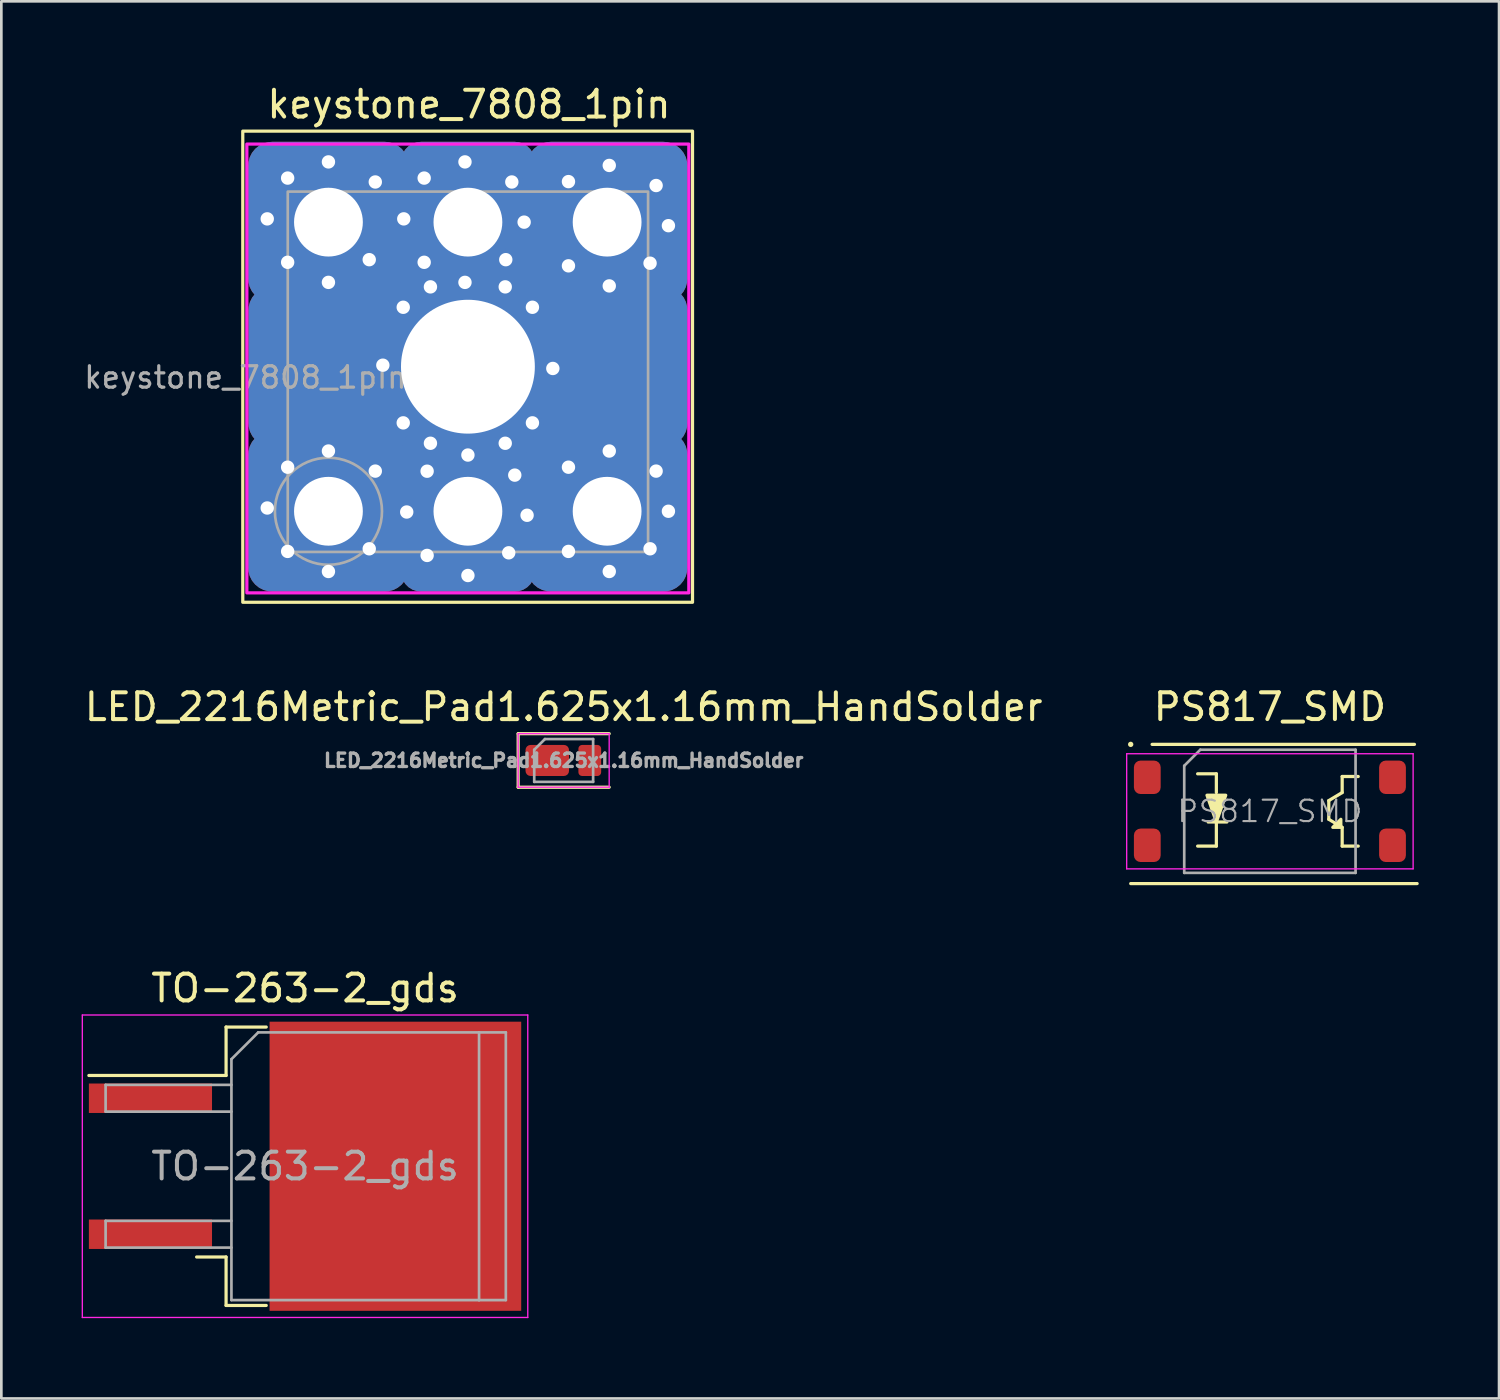
<source format=kicad_pcb>
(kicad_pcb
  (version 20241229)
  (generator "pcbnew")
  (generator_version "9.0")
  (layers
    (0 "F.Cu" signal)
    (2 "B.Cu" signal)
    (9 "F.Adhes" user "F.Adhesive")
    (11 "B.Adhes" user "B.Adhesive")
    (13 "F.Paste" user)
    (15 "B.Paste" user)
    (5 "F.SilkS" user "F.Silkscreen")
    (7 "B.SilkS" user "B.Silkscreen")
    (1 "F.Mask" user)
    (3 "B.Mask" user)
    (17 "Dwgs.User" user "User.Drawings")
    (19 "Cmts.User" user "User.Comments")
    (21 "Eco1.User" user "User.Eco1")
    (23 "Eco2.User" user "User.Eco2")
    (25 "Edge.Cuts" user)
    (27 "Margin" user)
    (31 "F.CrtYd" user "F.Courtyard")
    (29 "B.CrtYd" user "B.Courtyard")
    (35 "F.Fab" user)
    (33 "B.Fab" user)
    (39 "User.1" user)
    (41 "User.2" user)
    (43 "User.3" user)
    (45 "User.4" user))
  (footprint "TO-263-2_gds"
    (layer "F.Cu")
    (at 8.345 40.515)
    (property "Reference" "TO-263-2_gds" (at 0 -6.65 0) (layer "F.SilkS") (effects (font (size 1 1) (thickness 0.15))))
    (attr smd)
    (fp_line (start -2.95 -5.2) (end -2.95 -3.39) (stroke (width 0.12) (type solid)) (layer "F.SilkS"))
    (fp_line (start -2.95 -3.39) (end -8.075 -3.39) (stroke (width 0.12) (type solid)) (layer "F.SilkS"))
    (fp_line (start -2.95 3.39) (end -4.05 3.39) (stroke (width 0.12) (type solid)) (layer "F.SilkS"))
    (fp_line (start -2.95 5.2) (end -2.95 3.39) (stroke (width 0.12) (type solid)) (layer "F.SilkS"))
    (fp_line (start -1.45 -5.2) (end -2.95 -5.2) (stroke (width 0.12) (type solid)) (layer "F.SilkS"))
    (fp_line (start -1.45 5.2) (end -2.95 5.2) (stroke (width 0.12) (type solid)) (layer "F.SilkS"))
    (fp_line (start -8.32 -5.65) (end -8.32 5.65) (stroke (width 0.05) (type solid)) (layer "F.CrtYd"))
    (fp_line (start -8.32 5.65) (end 8.32 5.65) (stroke (width 0.05) (type solid)) (layer "F.CrtYd"))
    (fp_line (start 8.32 -5.65) (end -8.32 -5.65) (stroke (width 0.05) (type solid)) (layer "F.CrtYd"))
    (fp_line (start 8.32 5.65) (end 8.32 -5.65) (stroke (width 0.05) (type solid)) (layer "F.CrtYd"))
    (fp_line (start -7.45 -3.04) (end -7.45 -2.04) (stroke (width 0.1) (type solid)) (layer "F.Fab"))
    (fp_line (start -7.45 -2.04) (end -2.75 -2.04) (stroke (width 0.1) (type solid)) (layer "F.Fab"))
    (fp_line (start -7.45 2.04) (end -7.45 3.04) (stroke (width 0.1) (type solid)) (layer "F.Fab"))
    (fp_line (start -7.45 3.04) (end -2.75 3.04) (stroke (width 0.1) (type solid)) (layer "F.Fab"))
    (fp_line (start -2.75 -4) (end -1.75 -5) (stroke (width 0.1) (type solid)) (layer "F.Fab"))
    (fp_line (start -2.75 -3.04) (end -7.45 -3.04) (stroke (width 0.1) (type solid)) (layer "F.Fab"))
    (fp_line (start -2.75 2.04) (end -7.45 2.04) (stroke (width 0.1) (type solid)) (layer "F.Fab"))
    (fp_line (start -2.75 5) (end -2.75 -4) (stroke (width 0.1) (type solid)) (layer "F.Fab"))
    (fp_line (start -1.75 -5) (end 6.5 -5) (stroke (width 0.1) (type solid)) (layer "F.Fab"))
    (fp_line (start 6.5 -5) (end 6.5 5) (stroke (width 0.1) (type solid)) (layer "F.Fab"))
    (fp_line (start 6.5 -5) (end 7.5 -5) (stroke (width 0.1) (type solid)) (layer "F.Fab"))
    (fp_line (start 6.5 5) (end -2.75 5) (stroke (width 0.1) (type solid)) (layer "F.Fab"))
    (fp_line (start 7.5 -5) (end 7.5 5) (stroke (width 0.1) (type solid)) (layer "F.Fab"))
    (fp_line (start 7.5 5) (end 6.5 5) (stroke (width 0.1) (type solid)) (layer "F.Fab"))
    (fp_text user "${REFERENCE}" (at 0 0 0) (layer "F.Fab") (effects (font (size 1 1) (thickness 0.15))))
    (pad "" smd rect (at 0.95 -2.775) (size 4.55 5.25) (layers "F.Paste"))
    (pad "" smd rect (at 0.95 2.775) (size 4.55 5.25) (layers "F.Paste"))
    (pad "" smd rect (at 5.8 -2.775) (size 4.55 5.25) (layers "F.Paste"))
    (pad "" smd rect (at 5.8 2.775) (size 4.55 5.25) (layers "F.Paste"))
    (pad "1" smd rect (at 3.375 0) (size 9.4 10.8) (layers "F.Cu" "F.Mask"))
    (pad "2" smd rect (at -5.775 -2.54) (size 4.6 1.1) (layers "F.Cu" "F.Mask" "F.Paste"))
    (pad "3" smd rect (at -5.775 2.54) (size 4.6 1.1) (layers "F.Cu" "F.Mask" "F.Paste")))
  (footprint "keystone_7808_1pin"
    (layer "F.Cu")
    (at 9.219 16.048)
    (property "Reference" "keystone_7808_1pin" (at 5.25 -15.2 0) (layer "F.SilkS") (effects (font (size 1 1) (thickness 0.15))))
    (attr through_hole)
    (fp_rect (start -3.2 3.4) (end 13.6 -14.2) (stroke (width 0.12) (type solid)) (fill no) (layer "F.SilkS"))
    (fp_rect (start -3.048 -13.716) (end 13.462 3.048) (stroke (width 0.12) (type solid)) (fill no) (layer "F.CrtYd"))
    (fp_rect (start -1.52 1.52) (end 11.94 -11.94) (stroke (width 0.1) (type solid)) (fill no) (layer "F.Fab"))
    (fp_circle (center 0 0) (end 2 0) (stroke (width 0.1) (type solid)) (fill no) (layer "F.Fab"))
    (fp_text user "${REFERENCE}" (at -3.1 -5 0) (layer "F.Fab") (effects (font (size 0.8 0.8) (thickness 0.12))))
    (pad "1" thru_hole circle (at -2.286 -10.922) (size 0.8 0.8) (drill 0.5) (layers "*.Cu" "*.Mask"))
    (pad "1" thru_hole circle (at -2.286 -0.122) (size 0.8 0.8) (drill 0.5) (layers "*.Cu" "*.Mask"))
    (pad "1" thru_hole circle (at -1.524 -12.446) (size 0.8 0.8) (drill 0.5) (layers "*.Cu" "*.Mask"))
    (pad "1" thru_hole circle (at -1.524 -9.3) (size 0.8 0.8) (drill 0.5) (layers "*.Cu" "*.Mask"))
    (pad "1" thru_hole circle (at -1.524 -1.646) (size 0.8 0.8) (drill 0.5) (layers "*.Cu" "*.Mask"))
    (pad "1" thru_hole circle (at -1.524 1.5) (size 0.8 0.8) (drill 0.5) (layers "*.Cu" "*.Mask"))
    (pad "1" thru_hole circle (at 0 -13.05) (size 0.8 0.8) (drill 0.5) (layers "*.Cu" "*.Mask"))
    (pad "1" thru_hole roundrect (at 0 -10.8) (size 6 6) (drill 2.57) (layers "*.Cu" "*.Mask") (roundrect_rratio 0.15))
    (pad "1" thru_hole circle (at 0 -8.55) (size 0.8 0.8) (drill 0.5) (layers "*.Cu" "*.Mask"))
    (pad "1" thru_hole circle (at 0 -2.25) (size 0.8 0.8) (drill 0.5) (layers "*.Cu" "*.Mask"))
    (pad "1" thru_hole roundrect (at 0 0) (size 6 6) (drill 2.57) (layers "*.Cu" "*.Mask") (roundrect_rratio 0.15))
    (pad "1" thru_hole circle (at 0 2.25) (size 0.8 0.8) (drill 0.5) (layers "*.Cu" "*.Mask"))
    (pad "1" thru_hole circle (at 1.524 -9.398) (size 0.8 0.8) (drill 0.5) (layers "*.Cu" "*.Mask"))
    (pad "1" thru_hole circle (at 1.524 1.402) (size 0.8 0.8) (drill 0.5) (layers "*.Cu" "*.Mask"))
    (pad "1" thru_hole circle (at 1.75 -12.3) (size 0.8 0.8) (drill 0.5) (layers "*.Cu" "*.Mask"))
    (pad "1" thru_hole circle (at 1.75 -1.5) (size 0.8 0.8) (drill 0.5) (layers "*.Cu" "*.Mask"))
    (pad "1" thru_hole circle (at 2.032 -5.456) (size 0.8 0.8) (drill 0.5) (layers "*.Cu" "*.Mask"))
    (pad "1" thru_hole circle (at 2.794 -7.62) (size 0.8 0.8) (drill 0.5) (layers "*.Cu" "*.Mask"))
    (pad "1" thru_hole circle (at 2.794 -3.302) (size 0.8 0.8) (drill 0.5) (layers "*.Cu" "*.Mask"))
    (pad "1" thru_hole circle (at 2.814 -10.922) (size 0.8 0.8) (drill 0.5) (layers "*.Cu" "*.Mask"))
    (pad "1" thru_hole circle (at 2.924 0.028) (size 0.8 0.8) (drill 0.5) (layers "*.Cu" "*.Mask"))
    (pad "1" thru_hole circle (at 3.576 -12.446) (size 0.8 0.8) (drill 0.5) (layers "*.Cu" "*.Mask"))
    (pad "1" thru_hole circle (at 3.576 -9.3) (size 0.8 0.8) (drill 0.5) (layers "*.Cu" "*.Mask"))
    (pad "1" thru_hole circle (at 3.686 -1.496) (size 0.8 0.8) (drill 0.5) (layers "*.Cu" "*.Mask"))
    (pad "1" thru_hole circle (at 3.686 1.65) (size 0.8 0.8) (drill 0.5) (layers "*.Cu" "*.Mask"))
    (pad "1" thru_hole circle (at 3.81 -8.382) (size 0.8 0.8) (drill 0.5) (layers "*.Cu" "*.Mask"))
    (pad "1" thru_hole circle (at 3.81 -2.54) (size 0.8 0.8) (drill 0.5) (layers "*.Cu" "*.Mask"))
    (pad "1" thru_hole circle (at 5.1 -13.05) (size 0.8 0.8) (drill 0.5) (layers "*.Cu" "*.Mask"))
    (pad "1" thru_hole circle (at 5.1 -8.55) (size 0.8 0.8) (drill 0.5) (layers "*.Cu" "*.Mask"))
    (pad "1" thru_hole roundrect (at 5.21 -10.8) (size 5 6) (drill 2.57) (layers "*.Cu" "*.Mask") (roundrect_rratio 0.15))
    (pad "1" thru_hole roundrect (at 5.21 -5.4) (size 16.4 6) (drill 5) (layers "*.Cu" "*.Mask") (roundrect_rratio 0.15))
    (pad "1" thru_hole circle (at 5.21 -2.1) (size 0.8 0.8) (drill 0.5) (layers "*.Cu" "*.Mask"))
    (pad "1" thru_hole roundrect (at 5.21 0) (size 5 6) (drill 2.57) (layers "*.Cu" "*.Mask") (roundrect_rratio 0.15))
    (pad "1" thru_hole circle (at 5.21 2.4) (size 0.8 0.8) (drill 0.5) (layers "*.Cu" "*.Mask"))
    (pad "1" thru_hole circle (at 6.604 -8.382) (size 0.8 0.8) (drill 0.5) (layers "*.Cu" "*.Mask"))
    (pad "1" thru_hole circle (at 6.604 -2.54) (size 0.8 0.8) (drill 0.5) (layers "*.Cu" "*.Mask"))
    (pad "1" thru_hole circle (at 6.624 -9.398) (size 0.8 0.8) (drill 0.5) (layers "*.Cu" "*.Mask"))
    (pad "1" thru_hole circle (at 6.734 1.552) (size 0.8 0.8) (drill 0.5) (layers "*.Cu" "*.Mask"))
    (pad "1" thru_hole circle (at 6.85 -12.3) (size 0.8 0.8) (drill 0.5) (layers "*.Cu" "*.Mask"))
    (pad "1" thru_hole circle (at 6.96 -1.35) (size 0.8 0.8) (drill 0.5) (layers "*.Cu" "*.Mask"))
    (pad "1" thru_hole circle (at 7.31 -10.8) (size 0.8 0.8) (drill 0.5) (layers "*.Cu" "*.Mask"))
    (pad "1" thru_hole circle (at 7.42 0.15) (size 0.8 0.8) (drill 0.5) (layers "*.Cu" "*.Mask"))
    (pad "1" thru_hole circle (at 7.62 -7.62) (size 0.8 0.8) (drill 0.5) (layers "*.Cu" "*.Mask"))
    (pad "1" thru_hole circle (at 7.62 -3.302) (size 0.8 0.8) (drill 0.5) (layers "*.Cu" "*.Mask"))
    (pad "1" thru_hole circle (at 8.382 -5.334) (size 0.8 0.8) (drill 0.5) (layers "*.Cu" "*.Mask"))
    (pad "1" thru_hole circle (at 8.966 -12.314) (size 0.8 0.8) (drill 0.5) (layers "*.Cu" "*.Mask"))
    (pad "1" thru_hole circle (at 8.966 -9.168) (size 0.8 0.8) (drill 0.5) (layers "*.Cu" "*.Mask"))
    (pad "1" thru_hole circle (at 8.966 -1.646) (size 0.8 0.8) (drill 0.5) (layers "*.Cu" "*.Mask"))
    (pad "1" thru_hole circle (at 8.966 1.5) (size 0.8 0.8) (drill 0.5) (layers "*.Cu" "*.Mask"))
    (pad "1" thru_hole roundrect (at 10.41 -10.8) (size 6 6) (drill 2.57) (layers "*.Cu" "*.Mask") (roundrect_rratio 0.15))
    (pad "1" thru_hole roundrect (at 10.41 0) (size 6 6) (drill 2.57) (layers "*.Cu" "*.Mask") (roundrect_rratio 0.15))
    (pad "1" thru_hole circle (at 10.49 -12.918) (size 0.8 0.8) (drill 0.5) (layers "*.Cu" "*.Mask"))
    (pad "1" thru_hole circle (at 10.49 -8.418) (size 0.8 0.8) (drill 0.5) (layers "*.Cu" "*.Mask"))
    (pad "1" thru_hole circle (at 10.49 -2.25) (size 0.8 0.8) (drill 0.5) (layers "*.Cu" "*.Mask"))
    (pad "1" thru_hole circle (at 10.49 2.25) (size 0.8 0.8) (drill 0.5) (layers "*.Cu" "*.Mask"))
    (pad "1" thru_hole circle (at 12.014 -9.266) (size 0.8 0.8) (drill 0.5) (layers "*.Cu" "*.Mask"))
    (pad "1" thru_hole circle (at 12.014 1.402) (size 0.8 0.8) (drill 0.5) (layers "*.Cu" "*.Mask"))
    (pad "1" thru_hole circle (at 12.24 -12.168) (size 0.8 0.8) (drill 0.5) (layers "*.Cu" "*.Mask"))
    (pad "1" thru_hole circle (at 12.24 -1.5) (size 0.8 0.8) (drill 0.5) (layers "*.Cu" "*.Mask"))
    (pad "1" thru_hole circle (at 12.7 -10.668) (size 0.8 0.8) (drill 0.5) (layers "*.Cu" "*.Mask"))
    (pad "1" thru_hole circle (at 12.7 0) (size 0.8 0.8) (drill 0.5) (layers "*.Cu" "*.Mask")))
  (footprint "LED_2216Metric_Pad1.625x1.16mm_HandSolder"
    (layer "F.Cu")
    (at 18.006 25.357)
    (property "Reference" "LED_2216Metric_Pad1.625x1.16mm_HandSolder" (at 0 -2 0) (layer "F.SilkS") (effects (font (size 1 1) (thickness 0.15))))
    (attr smd)
    (fp_line (start -1.7 -1) (end -1.7 1) (stroke (width 0.12) (type solid)) (layer "F.SilkS"))
    (fp_line (start -1.7 1) (end 1.7 1) (stroke (width 0.12) (type solid)) (layer "F.SilkS"))
    (fp_line (start 1.7 -1) (end -1.7 -1) (stroke (width 0.12) (type solid)) (layer "F.SilkS"))
    (fp_line (start -1.7 -1) (end 1.7 -1) (stroke (width 0.05) (type solid)) (layer "F.CrtYd"))
    (fp_line (start -1.7 1) (end -1.7 -1) (stroke (width 0.05) (type solid)) (layer "F.CrtYd"))
    (fp_line (start 1.7 -1) (end 1.7 1) (stroke (width 0.05) (type solid)) (layer "F.CrtYd"))
    (fp_line (start 1.7 1) (end -1.7 1) (stroke (width 0.05) (type solid)) (layer "F.CrtYd"))
    (fp_line (start -1.1 -0.4) (end -1.1 0.8) (stroke (width 0.1) (type solid)) (layer "F.Fab"))
    (fp_line (start -1.1 0.8) (end 1.1 0.8) (stroke (width 0.1) (type solid)) (layer "F.Fab"))
    (fp_line (start -0.7 -0.8) (end -1.1 -0.4) (stroke (width 0.1) (type solid)) (layer "F.Fab"))
    (fp_line (start 1.1 -0.8) (end -0.7 -0.8) (stroke (width 0.1) (type solid)) (layer "F.Fab"))
    (fp_line (start 1.1 0.8) (end 1.1 -0.8) (stroke (width 0.1) (type solid)) (layer "F.Fab"))
    (fp_text user "${REFERENCE}" (at 0 0 0) (layer "F.Fab") (effects (font (size 0.5 0.5) (thickness 0.125))))
    (pad "1" smd roundrect (at -0.613 0) (size 1.625 1.16) (layers "F.Cu" "F.Mask" "F.Paste") (roundrect_rratio 0.164))
    (pad "2" smd roundrect (at 0.975 0) (size 0.85 1.16) (layers "F.Cu" "F.Mask" "F.Paste") (roundrect_rratio 0.164)))
  (footprint "PS817_SMD"
    (layer "F.Cu")
    (at 44.387 27.256)
    (property "Reference" "PS817_SMD" (at 0 -3.9 0) (layer "F.SilkS") (effects (font (size 1 1) (thickness 0.15))))
    (attr smd)
    (fp_line (start -5.2 2.7) (end 5.5 2.7) (stroke (width 0.12) (type solid)) (layer "F.SilkS"))
    (fp_line (start -4.4 -2.5) (end 5.4 -2.5) (stroke (width 0.12) (type solid)) (layer "F.SilkS"))
    (fp_line (start -2.7 -1.4) (end -2 -1.4) (stroke (width 0.12) (type solid)) (layer "F.SilkS"))
    (fp_line (start -2.7 1.3) (end -2 1.3) (stroke (width 0.12) (type solid)) (layer "F.SilkS"))
    (fp_line (start -2.307 0.4) (end -1.607 0.4) (stroke (width 0.12) (type solid)) (layer "F.SilkS"))
    (fp_line (start -2 -1.4) (end -2 -0.7) (stroke (width 0.12) (type solid)) (layer "F.SilkS"))
    (fp_line (start -2 1.3) (end -2 0.4) (stroke (width 0.12) (type solid)) (layer "F.SilkS"))
    (fp_line (start 2.2 -0.4) (end 2.2 0.3) (stroke (width 0.12) (type solid)) (layer "F.SilkS"))
    (fp_line (start 2.2 0.3) (end 2.7 0.6) (stroke (width 0.12) (type solid)) (layer "F.SilkS"))
    (fp_line (start 2.7 -1.3) (end 2.7 -0.7) (stroke (width 0.12) (type solid)) (layer "F.SilkS"))
    (fp_line (start 2.7 -0.7) (end 2.2 -0.4) (stroke (width 0.12) (type solid)) (layer "F.SilkS"))
    (fp_line (start 2.7 0.6) (end 2.7 1.3) (stroke (width 0.12) (type solid)) (layer "F.SilkS"))
    (fp_line (start 2.7 1.3) (end 3.3 1.3) (stroke (width 0.12) (type solid)) (layer "F.SilkS"))
    (fp_line (start 3.3 -1.3) (end 2.7 -1.3) (stroke (width 0.12) (type solid)) (layer "F.SilkS"))
    (fp_circle (center -5.2 -2.5) (end -5.15 -2.5) (stroke (width 0.1) (type solid)) (fill no) (layer "F.SilkS"))
    (fp_poly (pts (xy -2 0.4) (xy -2.35 -0.6) (xy -1.65 -0.6)) (stroke (width 0.12) (type solid)) (fill yes) (layer "F.SilkS"))
    (fp_poly (pts (xy 2.65 0.6) (xy 2.35 0.6) (xy 2.65 0.3)) (stroke (width 0.12) (type solid)) (fill yes) (layer "F.SilkS"))
    (fp_line (start -5.35 -2.15) (end -5.35 2.15) (stroke (width 0.05) (type solid)) (layer "F.CrtYd"))
    (fp_line (start -5.35 -2.15) (end 5.35 -2.15) (stroke (width 0.05) (type solid)) (layer "F.CrtYd"))
    (fp_line (start 5.35 2.15) (end -5.35 2.15) (stroke (width 0.05) (type solid)) (layer "F.CrtYd"))
    (fp_line (start 5.35 2.15) (end 5.35 -2.15) (stroke (width 0.05) (type solid)) (layer "F.CrtYd"))
    (fp_line (start -3.2 -1.7) (end -3.2 2.3) (stroke (width 0.1) (type solid)) (layer "F.Fab"))
    (fp_line (start -3.2 2.3) (end 3.2 2.3) (stroke (width 0.1) (type solid)) (layer "F.Fab"))
    (fp_line (start -2.6 -2.3) (end -3.2 -1.7) (stroke (width 0.1) (type solid)) (layer "F.Fab"))
    (fp_line (start 3.2 -2.3) (end -2.6 -2.3) (stroke (width 0.1) (type solid)) (layer "F.Fab"))
    (fp_line (start 3.2 2.3) (end 3.2 -2.3) (stroke (width 0.1) (type solid)) (layer "F.Fab"))
    (fp_text user "${REFERENCE}" (at 0 0 0) (layer "F.Fab") (effects (font (size 0.8 0.8) (thickness 0.08))))
    (pad "1" smd roundrect (at -4.58 -1.27) (size 1 1.25) (layers "F.Cu" "F.Mask" "F.Paste") (roundrect_rratio 0.25))
    (pad "2" smd roundrect (at -4.58 1.27) (size 1 1.25) (layers "F.Cu" "F.Mask" "F.Paste") (roundrect_rratio 0.25))
    (pad "3" smd roundrect (at 4.58 1.27) (size 1 1.25) (layers "F.Cu" "F.Mask" "F.Paste") (roundrect_rratio 0.25))
    (pad "4" smd roundrect (at 4.58 -1.27) (size 1 1.25) (layers "F.Cu" "F.Mask" "F.Paste") (roundrect_rratio 0.25)))
  (gr_rect
    (start -3 -3)
    (end 52.947 49.19)
    (stroke (width 0.1) (type default))
    (fill no)
    (layer "Edge.Cuts")))
</source>
